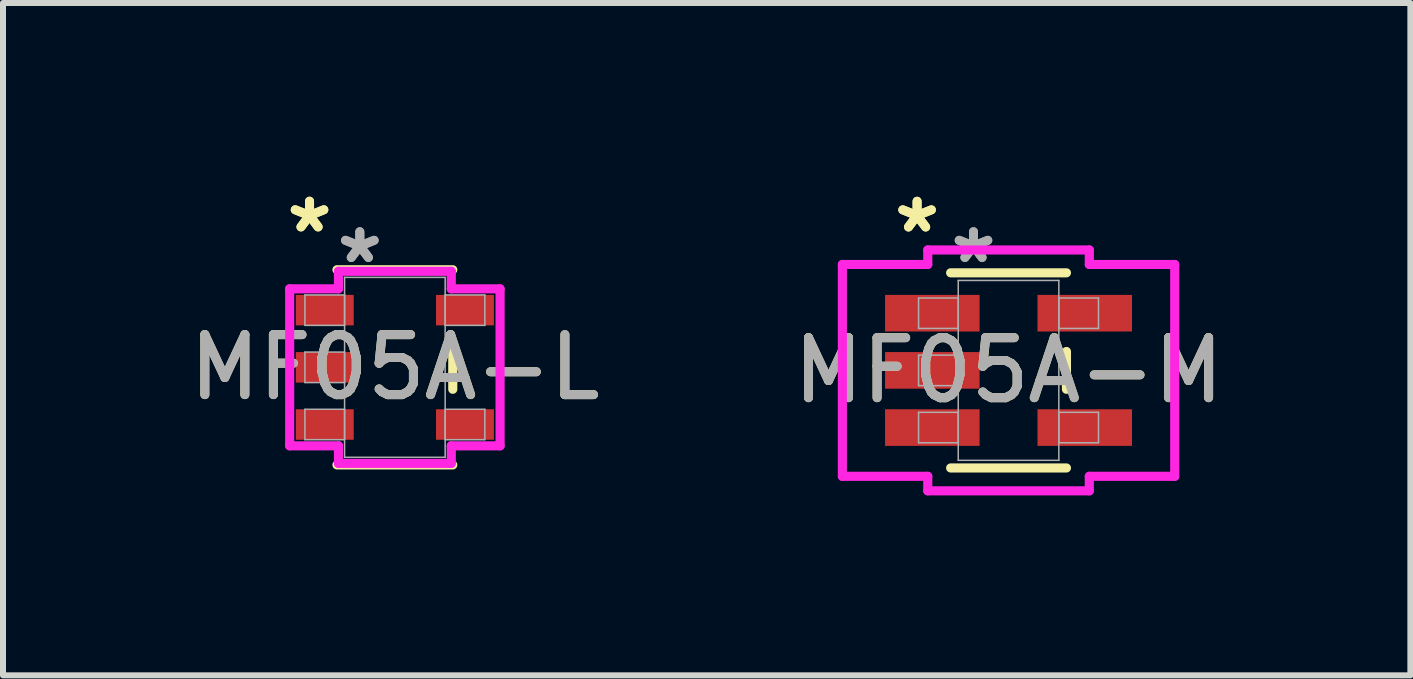
<source format=kicad_pcb>
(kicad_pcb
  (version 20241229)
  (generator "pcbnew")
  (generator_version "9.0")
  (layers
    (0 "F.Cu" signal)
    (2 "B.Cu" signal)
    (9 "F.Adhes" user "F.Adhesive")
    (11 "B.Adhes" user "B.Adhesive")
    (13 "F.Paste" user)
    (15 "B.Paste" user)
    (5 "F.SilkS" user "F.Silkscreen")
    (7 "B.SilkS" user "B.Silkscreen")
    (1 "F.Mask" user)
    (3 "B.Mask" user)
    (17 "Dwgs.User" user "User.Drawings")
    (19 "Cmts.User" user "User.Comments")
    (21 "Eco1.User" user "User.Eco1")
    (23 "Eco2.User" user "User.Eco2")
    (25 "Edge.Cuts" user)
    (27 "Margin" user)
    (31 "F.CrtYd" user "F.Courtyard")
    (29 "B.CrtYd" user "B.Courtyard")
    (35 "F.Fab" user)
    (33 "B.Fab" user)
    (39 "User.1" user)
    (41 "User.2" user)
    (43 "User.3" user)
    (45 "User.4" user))
  (footprint "MF05A-L"
    (layer "F.Cu")
    (at 3.53 3.071)
    (property "Reference" "MF05A-L" (at 0 0 0) (unlocked yes) (layer "F.SilkS") (effects (font (size 1 1) (thickness 0.15))))
    (attr smd)
    (fp_line (start -0.965 1.626) (end 0.965 1.626) (stroke (width 0.152) (type solid)) (layer "F.SilkS"))
    (fp_line (start 0.965 -1.626) (end -0.965 -1.626) (stroke (width 0.152) (type solid)) (layer "F.SilkS"))
    (fp_line (start 0.965 0.366) (end 0.965 -0.366) (stroke (width 0.152) (type solid)) (layer "F.SilkS"))
    (fp_line (start -1.753 -1.308) (end -0.94 -1.308) (stroke (width 0.152) (type solid)) (layer "F.CrtYd"))
    (fp_line (start -1.753 1.308) (end -1.753 -1.308) (stroke (width 0.152) (type solid)) (layer "F.CrtYd"))
    (fp_line (start -0.94 -1.6) (end 0.94 -1.6) (stroke (width 0.152) (type solid)) (layer "F.CrtYd"))
    (fp_line (start -0.94 -1.308) (end -0.94 -1.6) (stroke (width 0.152) (type solid)) (layer "F.CrtYd"))
    (fp_line (start -0.94 1.308) (end -1.753 1.308) (stroke (width 0.152) (type solid)) (layer "F.CrtYd"))
    (fp_line (start -0.94 1.6) (end -0.94 1.308) (stroke (width 0.152) (type solid)) (layer "F.CrtYd"))
    (fp_line (start 0.94 -1.6) (end 0.94 -1.308) (stroke (width 0.152) (type solid)) (layer "F.CrtYd"))
    (fp_line (start 0.94 -1.308) (end 1.753 -1.308) (stroke (width 0.152) (type solid)) (layer "F.CrtYd"))
    (fp_line (start 0.94 1.308) (end 0.94 1.6) (stroke (width 0.152) (type solid)) (layer "F.CrtYd"))
    (fp_line (start 0.94 1.6) (end -0.94 1.6) (stroke (width 0.152) (type solid)) (layer "F.CrtYd"))
    (fp_line (start 1.753 -1.308) (end 1.753 1.308) (stroke (width 0.152) (type solid)) (layer "F.CrtYd"))
    (fp_line (start 1.753 1.308) (end 0.94 1.308) (stroke (width 0.152) (type solid)) (layer "F.CrtYd"))
    (fp_line (start -1.499 -1.206) (end -1.499 -0.699) (stroke (width 0.025) (type solid)) (layer "F.Fab"))
    (fp_line (start -1.499 -0.699) (end -0.838 -0.699) (stroke (width 0.025) (type solid)) (layer "F.Fab"))
    (fp_line (start -1.499 -0.254) (end -1.499 0.254) (stroke (width 0.025) (type solid)) (layer "F.Fab"))
    (fp_line (start -1.499 0.254) (end -0.838 0.254) (stroke (width 0.025) (type solid)) (layer "F.Fab"))
    (fp_line (start -1.499 0.699) (end -1.499 1.206) (stroke (width 0.025) (type solid)) (layer "F.Fab"))
    (fp_line (start -1.499 1.206) (end -0.838 1.206) (stroke (width 0.025) (type solid)) (layer "F.Fab"))
    (fp_line (start -0.838 -1.499) (end -0.838 1.499) (stroke (width 0.025) (type solid)) (layer "F.Fab"))
    (fp_line (start -0.838 -1.206) (end -1.499 -1.206) (stroke (width 0.025) (type solid)) (layer "F.Fab"))
    (fp_line (start -0.838 -0.699) (end -0.838 -1.206) (stroke (width 0.025) (type solid)) (layer "F.Fab"))
    (fp_line (start -0.838 -0.254) (end -1.499 -0.254) (stroke (width 0.025) (type solid)) (layer "F.Fab"))
    (fp_line (start -0.838 0.254) (end -0.838 -0.254) (stroke (width 0.025) (type solid)) (layer "F.Fab"))
    (fp_line (start -0.838 0.699) (end -1.499 0.699) (stroke (width 0.025) (type solid)) (layer "F.Fab"))
    (fp_line (start -0.838 1.206) (end -0.838 0.699) (stroke (width 0.025) (type solid)) (layer "F.Fab"))
    (fp_line (start -0.838 1.499) (end 0.838 1.499) (stroke (width 0.025) (type solid)) (layer "F.Fab"))
    (fp_line (start 0.838 -1.499) (end -0.838 -1.499) (stroke (width 0.025) (type solid)) (layer "F.Fab"))
    (fp_line (start 0.838 -1.206) (end 0.838 -0.699) (stroke (width 0.025) (type solid)) (layer "F.Fab"))
    (fp_line (start 0.838 -0.699) (end 1.499 -0.699) (stroke (width 0.025) (type solid)) (layer "F.Fab"))
    (fp_line (start 0.838 0.699) (end 0.838 1.206) (stroke (width 0.025) (type solid)) (layer "F.Fab"))
    (fp_line (start 0.838 1.206) (end 1.499 1.206) (stroke (width 0.025) (type solid)) (layer "F.Fab"))
    (fp_line (start 0.838 1.499) (end 0.838 -1.499) (stroke (width 0.025) (type solid)) (layer "F.Fab"))
    (fp_line (start 1.499 -1.206) (end 0.838 -1.206) (stroke (width 0.025) (type solid)) (layer "F.Fab"))
    (fp_line (start 1.499 -0.699) (end 1.499 -1.206) (stroke (width 0.025) (type solid)) (layer "F.Fab"))
    (fp_line (start 1.499 0.699) (end 0.838 0.699) (stroke (width 0.025) (type solid)) (layer "F.Fab"))
    (fp_line (start 1.499 1.206) (end 1.499 0.699) (stroke (width 0.025) (type solid)) (layer "F.Fab"))
    (fp_text user "*" (at -1.422 -2.223 0) (layer "F.SilkS") (effects (font (size 1 1) (thickness 0.15))))
    (fp_text user "*" (at -1.422 -2.223 0) (unlocked yes) (layer "F.SilkS") (effects (font (size 1 1) (thickness 0.15))))
    (fp_text user "${REFERENCE}" (at 0 0 0) (unlocked yes) (layer "F.Fab") (effects (font (size 1 1) (thickness 0.15))))
    (fp_text user "*" (at -0.584 -1.714 0) (layer "F.Fab") (effects (font (size 1 1) (thickness 0.15))))
    (fp_text user "*" (at -0.584 -1.714 0) (unlocked yes) (layer "F.Fab") (effects (font (size 1 1) (thickness 0.15))))
    (pad "1" smd rect (at -1.168 -0.953) (size 0.965 0.508) (layers "F.Cu" "F.Mask" "F.Paste"))
    (pad "2" smd rect (at -1.168 0) (size 0.965 0.508) (layers "F.Cu" "F.Mask" "F.Paste"))
    (pad "3" smd rect (at -1.168 0.953) (size 0.965 0.508) (layers "F.Cu" "F.Mask" "F.Paste"))
    (pad "4" smd rect (at 1.168 0.953) (size 0.965 0.508) (layers "F.Cu" "F.Mask" "F.Paste"))
    (pad "5" smd rect (at 1.168 -0.953) (size 0.965 0.508) (layers "F.Cu" "F.Mask" "F.Paste")))
  (footprint "MF05A-M"
    (layer "F.Cu")
    (at 13.756 3.122)
    (property "Reference" "MF05A-M" (at 0 0 0) (unlocked yes) (layer "F.SilkS") (effects (font (size 1 1) (thickness 0.15))))
    (attr smd)
    (fp_line (start -0.965 1.626) (end 0.965 1.626) (stroke (width 0.152) (type solid)) (layer "F.SilkS"))
    (fp_line (start 0.965 -1.626) (end -0.965 -1.626) (stroke (width 0.152) (type solid)) (layer "F.SilkS"))
    (fp_line (start 0.965 0.315) (end 0.965 -0.315) (stroke (width 0.152) (type solid)) (layer "F.SilkS"))
    (fp_line (start -2.769 -1.765) (end -1.346 -1.765) (stroke (width 0.152) (type solid)) (layer "F.CrtYd"))
    (fp_line (start -2.769 1.765) (end -2.769 -1.765) (stroke (width 0.152) (type solid)) (layer "F.CrtYd"))
    (fp_line (start -1.346 -2.007) (end 1.346 -2.007) (stroke (width 0.152) (type solid)) (layer "F.CrtYd"))
    (fp_line (start -1.346 -1.765) (end -1.346 -2.007) (stroke (width 0.152) (type solid)) (layer "F.CrtYd"))
    (fp_line (start -1.346 1.765) (end -2.769 1.765) (stroke (width 0.152) (type solid)) (layer "F.CrtYd"))
    (fp_line (start -1.346 2.007) (end -1.346 1.765) (stroke (width 0.152) (type solid)) (layer "F.CrtYd"))
    (fp_line (start 1.346 -2.007) (end 1.346 -1.765) (stroke (width 0.152) (type solid)) (layer "F.CrtYd"))
    (fp_line (start 1.346 -1.765) (end 2.769 -1.765) (stroke (width 0.152) (type solid)) (layer "F.CrtYd"))
    (fp_line (start 1.346 1.765) (end 1.346 2.007) (stroke (width 0.152) (type solid)) (layer "F.CrtYd"))
    (fp_line (start 1.346 2.007) (end -1.346 2.007) (stroke (width 0.152) (type solid)) (layer "F.CrtYd"))
    (fp_line (start 2.769 -1.765) (end 2.769 1.765) (stroke (width 0.152) (type solid)) (layer "F.CrtYd"))
    (fp_line (start 2.769 1.765) (end 1.346 1.765) (stroke (width 0.152) (type solid)) (layer "F.CrtYd"))
    (fp_line (start -1.499 -1.206) (end -1.499 -0.699) (stroke (width 0.025) (type solid)) (layer "F.Fab"))
    (fp_line (start -1.499 -0.699) (end -0.838 -0.699) (stroke (width 0.025) (type solid)) (layer "F.Fab"))
    (fp_line (start -1.499 -0.254) (end -1.499 0.254) (stroke (width 0.025) (type solid)) (layer "F.Fab"))
    (fp_line (start -1.499 0.254) (end -0.838 0.254) (stroke (width 0.025) (type solid)) (layer "F.Fab"))
    (fp_line (start -1.499 0.699) (end -1.499 1.206) (stroke (width 0.025) (type solid)) (layer "F.Fab"))
    (fp_line (start -1.499 1.206) (end -0.838 1.206) (stroke (width 0.025) (type solid)) (layer "F.Fab"))
    (fp_line (start -0.838 -1.499) (end -0.838 1.499) (stroke (width 0.025) (type solid)) (layer "F.Fab"))
    (fp_line (start -0.838 -1.206) (end -1.499 -1.206) (stroke (width 0.025) (type solid)) (layer "F.Fab"))
    (fp_line (start -0.838 -0.699) (end -0.838 -1.206) (stroke (width 0.025) (type solid)) (layer "F.Fab"))
    (fp_line (start -0.838 -0.254) (end -1.499 -0.254) (stroke (width 0.025) (type solid)) (layer "F.Fab"))
    (fp_line (start -0.838 0.254) (end -0.838 -0.254) (stroke (width 0.025) (type solid)) (layer "F.Fab"))
    (fp_line (start -0.838 0.699) (end -1.499 0.699) (stroke (width 0.025) (type solid)) (layer "F.Fab"))
    (fp_line (start -0.838 1.206) (end -0.838 0.699) (stroke (width 0.025) (type solid)) (layer "F.Fab"))
    (fp_line (start -0.838 1.499) (end 0.838 1.499) (stroke (width 0.025) (type solid)) (layer "F.Fab"))
    (fp_line (start 0.838 -1.499) (end -0.838 -1.499) (stroke (width 0.025) (type solid)) (layer "F.Fab"))
    (fp_line (start 0.838 -1.206) (end 0.838 -0.699) (stroke (width 0.025) (type solid)) (layer "F.Fab"))
    (fp_line (start 0.838 -0.699) (end 1.499 -0.699) (stroke (width 0.025) (type solid)) (layer "F.Fab"))
    (fp_line (start 0.838 0.699) (end 0.838 1.206) (stroke (width 0.025) (type solid)) (layer "F.Fab"))
    (fp_line (start 0.838 1.206) (end 1.499 1.206) (stroke (width 0.025) (type solid)) (layer "F.Fab"))
    (fp_line (start 0.838 1.499) (end 0.838 -1.499) (stroke (width 0.025) (type solid)) (layer "F.Fab"))
    (fp_line (start 1.499 -1.206) (end 0.838 -1.206) (stroke (width 0.025) (type solid)) (layer "F.Fab"))
    (fp_line (start 1.499 -0.699) (end 1.499 -1.206) (stroke (width 0.025) (type solid)) (layer "F.Fab"))
    (fp_line (start 1.499 0.699) (end 0.838 0.699) (stroke (width 0.025) (type solid)) (layer "F.Fab"))
    (fp_line (start 1.499 1.206) (end 1.499 0.699) (stroke (width 0.025) (type solid)) (layer "F.Fab"))
    (fp_text user "*" (at -1.524 -2.273 0) (layer "F.SilkS") (effects (font (size 1 1) (thickness 0.15))))
    (fp_text user "*" (at -1.524 -2.273 0) (unlocked yes) (layer "F.SilkS") (effects (font (size 1 1) (thickness 0.15))))
    (fp_text user "*" (at -0.584 -1.765 0) (layer "F.Fab") (effects (font (size 1 1) (thickness 0.15))))
    (fp_text user "${REFERENCE}" (at 0 0 0) (unlocked yes) (layer "F.Fab") (effects (font (size 1 1) (thickness 0.15))))
    (fp_text user "*" (at -0.584 -1.765 0) (unlocked yes) (layer "F.Fab") (effects (font (size 1 1) (thickness 0.15))))
    (pad "1" smd rect (at -1.27 -0.953) (size 1.575 0.61) (layers "F.Cu" "F.Mask" "F.Paste"))
    (pad "2" smd rect (at -1.27 0) (size 1.575 0.61) (layers "F.Cu" "F.Mask" "F.Paste"))
    (pad "3" smd rect (at -1.27 0.953) (size 1.575 0.61) (layers "F.Cu" "F.Mask" "F.Paste"))
    (pad "4" smd rect (at 1.27 0.953) (size 1.575 0.61) (layers "F.Cu" "F.Mask" "F.Paste"))
    (pad "5" smd rect (at 1.27 -0.953) (size 1.575 0.61) (layers "F.Cu" "F.Mask" "F.Paste")))
  (gr_rect
    (start -3 -3)
    (end 20.452 8.204)
    (stroke (width 0.1) (type default))
    (fill no)
    (layer "Edge.Cuts")))
</source>
